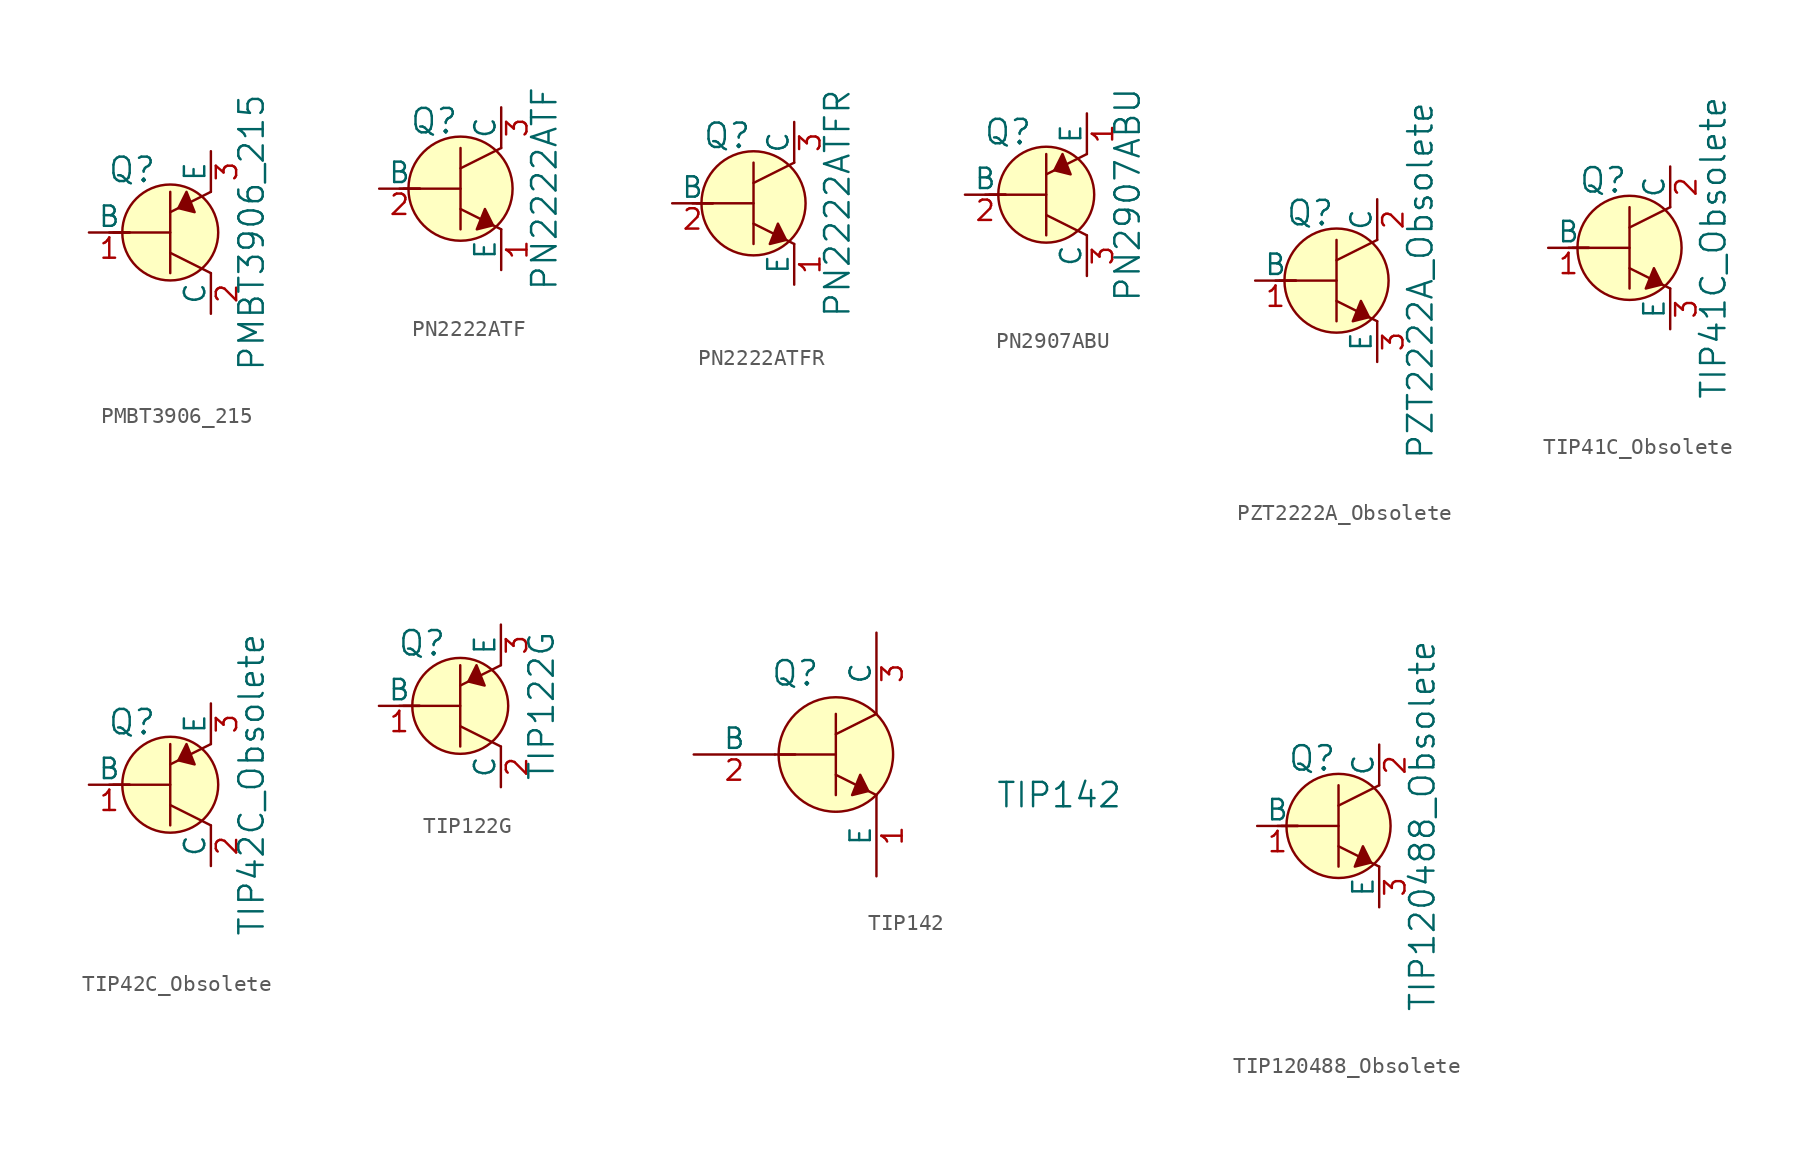
<source format=kicad_sym>
(kicad_symbol_lib
  (version 20220914)
  (generator kicad_symbol_editor)
  (symbol "PMBT3906_215"
    (pin_names
      (offset 0))
    (property "Reference" "Q"
      (at -2.388 3.912 0)
      (effects (font (size 1.524 1.524))))
    (property "Value" "PMBT3906_215"
      (at 5.08 0 90)
      (effects (font (size 1.524 1.524))))
    (symbol "PMBT3906_215_0_1"
      (polyline (pts (xy -3.81 0) (xy -2.54 0)) (stroke (width 0) (type default)) (fill (type none)))
      (polyline (pts (xy -3.556 0) (xy 0 0)) (stroke (width 0) (type default)) (fill (type none)))
      (polyline (pts (xy 0 -1.27) (xy 2.54 -2.54)) (stroke (width 0) (type default)) (fill (type none)))
      (polyline (pts (xy 0 1.27) (xy 2.54 2.54)) (stroke (width 0) (type default)) (fill (type none)))
      (polyline (pts (xy 0 2.54) (xy 0 -2.54)) (stroke (width 0) (type default)) (fill (type none)))
      (polyline (pts (xy 1.016 2.54) (xy 0.508 1.524) (xy 1.524 1.27) (xy 1.016 2.54)) (stroke (width 0) (type default)) (fill (type outline)))
      (circle (center 0 0) (radius 2.997) (stroke (width 0) (type default)) (fill (type background))))
    (symbol "PMBT3906_215_1_1"
      (pin input line (at -5.08 0 0) (length 2.54) (name "B" (effects (font (size 1.27 1.27)))) (number "1" (effects (font (size 1.27 1.27)))))
      (pin passive line (at 2.54 -5.08 90) (length 2.54) (name "C" (effects (font (size 1.27 1.27)))) (number "2" (effects (font (size 1.27 1.27)))))
      (pin passive line (at 2.54 5.08 270) (length 2.54) (name "E" (effects (font (size 1.27 1.27)))) (number "3" (effects (font (size 1.27 1.27)))))))
  (symbol "PN2222ATF"
    (pin_names
      (offset 0))
    (property "Reference" "Q"
      (at -3.2 4.216 0)
      (effects (font (size 1.524 1.524)) (justify left)))
    (property "Value" "PN2222ATF"
      (at 5.232 0 90)
      (effects (font (size 1.524 1.524))))
    (symbol "PN2222ATF_0_1"
      (polyline (pts (xy -3.81 0) (xy -2.54 0)) (stroke (width 0) (type default)) (fill (type none)))
      (polyline (pts (xy -3.556 0) (xy 0 0)) (stroke (width 0) (type default)) (fill (type none)))
      (polyline (pts (xy 0 -1.27) (xy 2.54 -2.54)) (stroke (width 0) (type default)) (fill (type none)))
      (polyline (pts (xy 0 1.27) (xy 2.54 2.54)) (stroke (width 0) (type default)) (fill (type none)))
      (polyline (pts (xy 0 2.54) (xy 0 -2.54)) (stroke (width 0) (type default)) (fill (type none)))
      (polyline (pts (xy 1.524 -1.27) (xy 2.032 -2.286) (xy 1.016 -2.54) (xy 1.524 -1.27)) (stroke (width 0) (type default)) (fill (type outline)))
      (circle (center 0 0) (radius 3.251) (stroke (width 0) (type default)) (fill (type background))))
    (symbol "PN2222ATF_1_1"
      (pin passive line (at 2.54 -5.08 90) (length 2.54) (name "E" (effects (font (size 1.27 1.27)))) (number "1" (effects (font (size 1.27 1.27)))))
      (pin input line (at -5.08 0 0) (length 2.54) (name "B" (effects (font (size 1.27 1.27)))) (number "2" (effects (font (size 1.27 1.27)))))
      (pin passive line (at 2.54 5.08 270) (length 2.54) (name "C" (effects (font (size 1.27 1.27)))) (number "3" (effects (font (size 1.27 1.27)))))))
  (symbol "PN2222ATFR"
    (pin_names
      (offset 0))
    (property "Reference" "Q"
      (at -3.2 4.216 0)
      (effects (font (size 1.524 1.524)) (justify left)))
    (property "Value" "PN2222ATFR"
      (at 5.232 0 90)
      (effects (font (size 1.524 1.524))))
    (symbol "PN2222ATFR_0_1"
      (polyline (pts (xy -3.81 0) (xy -2.54 0)) (stroke (width 0) (type default)) (fill (type none)))
      (polyline (pts (xy -3.556 0) (xy 0 0)) (stroke (width 0) (type default)) (fill (type none)))
      (polyline (pts (xy 0 -1.27) (xy 2.54 -2.54)) (stroke (width 0) (type default)) (fill (type none)))
      (polyline (pts (xy 0 1.27) (xy 2.54 2.54)) (stroke (width 0) (type default)) (fill (type none)))
      (polyline (pts (xy 0 2.54) (xy 0 -2.54)) (stroke (width 0) (type default)) (fill (type none)))
      (polyline (pts (xy 1.524 -1.27) (xy 2.032 -2.286) (xy 1.016 -2.54) (xy 1.524 -1.27)) (stroke (width 0) (type default)) (fill (type outline)))
      (circle (center 0 0) (radius 3.251) (stroke (width 0) (type default)) (fill (type background))))
    (symbol "PN2222ATFR_1_1"
      (pin passive line (at 2.54 -5.08 90) (length 2.54) (name "E" (effects (font (size 1.27 1.27)))) (number "1" (effects (font (size 1.27 1.27)))))
      (pin input line (at -5.08 0 0) (length 2.54) (name "B" (effects (font (size 1.27 1.27)))) (number "2" (effects (font (size 1.27 1.27)))))
      (pin passive line (at 2.54 5.08 270) (length 2.54) (name "C" (effects (font (size 1.27 1.27)))) (number "3" (effects (font (size 1.27 1.27)))))))
  (symbol "PN2907ABU"
    (pin_names
      (offset 0))
    (property "Reference" "Q"
      (at -2.388 3.912 0)
      (effects (font (size 1.524 1.524))))
    (property "Value" "PN2907ABU"
      (at 5.08 0 90)
      (effects (font (size 1.524 1.524))))
    (symbol "PN2907ABU_0_1"
      (polyline (pts (xy -3.81 0) (xy -2.54 0)) (stroke (width 0) (type default)) (fill (type none)))
      (polyline (pts (xy -3.556 0) (xy 0 0)) (stroke (width 0) (type default)) (fill (type none)))
      (polyline (pts (xy 0 -1.27) (xy 2.54 -2.54)) (stroke (width 0) (type default)) (fill (type none)))
      (polyline (pts (xy 0 1.27) (xy 2.54 2.54)) (stroke (width 0) (type default)) (fill (type none)))
      (polyline (pts (xy 0 2.54) (xy 0 -2.54)) (stroke (width 0) (type default)) (fill (type none)))
      (polyline (pts (xy 1.016 2.54) (xy 0.508 1.524) (xy 1.524 1.27) (xy 1.016 2.54)) (stroke (width 0) (type default)) (fill (type outline)))
      (circle (center 0 0) (radius 2.997) (stroke (width 0) (type default)) (fill (type background))))
    (symbol "PN2907ABU_1_1"
      (pin passive line (at 2.54 5.08 270) (length 2.54) (name "E" (effects (font (size 1.27 1.27)))) (number "1" (effects (font (size 1.27 1.27)))))
      (pin input line (at -5.08 0 0) (length 2.54) (name "B" (effects (font (size 1.27 1.27)))) (number "2" (effects (font (size 1.27 1.27)))))
      (pin passive line (at 2.54 -5.08 90) (length 2.54) (name "C" (effects (font (size 1.27 1.27)))) (number "3" (effects (font (size 1.27 1.27)))))))
  (symbol "PZT2222A_Obsolete"
    (pin_names
      (offset 0))
    (property "Reference" "Q"
      (at -3.2 4.216 0)
      (effects (font (size 1.524 1.524)) (justify left)))
    (property "Value" "PZT2222A_Obsolete"
      (at 5.232 0 90)
      (effects (font (size 1.524 1.524))))
    (symbol "PZT2222A_Obsolete_0_1"
      (polyline (pts (xy -3.81 0) (xy -2.54 0)) (stroke (width 0) (type default)) (fill (type none)))
      (polyline (pts (xy -3.556 0) (xy 0 0)) (stroke (width 0) (type default)) (fill (type none)))
      (polyline (pts (xy 0 -1.27) (xy 2.54 -2.54)) (stroke (width 0) (type default)) (fill (type none)))
      (polyline (pts (xy 0 1.27) (xy 2.54 2.54)) (stroke (width 0) (type default)) (fill (type none)))
      (polyline (pts (xy 0 2.54) (xy 0 -2.54)) (stroke (width 0) (type default)) (fill (type none)))
      (polyline (pts (xy 1.524 -1.27) (xy 2.032 -2.286) (xy 1.016 -2.54) (xy 1.524 -1.27)) (stroke (width 0) (type default)) (fill (type outline)))
      (circle (center 0 0) (radius 3.251) (stroke (width 0) (type default)) (fill (type background))))
    (symbol "PZT2222A_Obsolete_1_1"
      (pin input line (at -5.08 0 0) (length 2.54) (name "B" (effects (font (size 1.27 1.27)))) (number "1" (effects (font (size 1.27 1.27)))))
      (pin passive line (at 2.54 5.08 270) (length 2.54) (name "C" (effects (font (size 1.27 1.27)))) (number "2" (effects (font (size 1.27 1.27)))))
      (pin passive line (at 2.54 -5.08 90) (length 2.54) (name "E" (effects (font (size 1.27 1.27)))) (number "3" (effects (font (size 1.27 1.27)))))))
  (symbol "TIP41C_Obsolete"
    (pin_names
      (offset 0))
    (property "Reference" "Q"
      (at -3.2 4.216 0)
      (effects (font (size 1.524 1.524)) (justify left)))
    (property "Value" "TIP41C_Obsolete"
      (at 5.232 0 90)
      (effects (font (size 1.524 1.524))))
    (symbol "TIP41C_Obsolete_0_1"
      (polyline (pts (xy -3.81 0) (xy -2.54 0)) (stroke (width 0) (type default)) (fill (type none)))
      (polyline (pts (xy -3.556 0) (xy 0 0)) (stroke (width 0) (type default)) (fill (type none)))
      (polyline (pts (xy 0 -1.27) (xy 2.54 -2.54)) (stroke (width 0) (type default)) (fill (type none)))
      (polyline (pts (xy 0 1.27) (xy 2.54 2.54)) (stroke (width 0) (type default)) (fill (type none)))
      (polyline (pts (xy 0 2.54) (xy 0 -2.54)) (stroke (width 0) (type default)) (fill (type none)))
      (polyline (pts (xy 1.524 -1.27) (xy 2.032 -2.286) (xy 1.016 -2.54) (xy 1.524 -1.27)) (stroke (width 0) (type default)) (fill (type outline)))
      (circle (center 0 0) (radius 3.251) (stroke (width 0) (type default)) (fill (type background))))
    (symbol "TIP41C_Obsolete_1_1"
      (pin input line (at -5.08 0 0) (length 2.54) (name "B" (effects (font (size 1.27 1.27)))) (number "1" (effects (font (size 1.27 1.27)))))
      (pin passive line (at 2.54 5.08 270) (length 2.54) (name "C" (effects (font (size 1.27 1.27)))) (number "2" (effects (font (size 1.27 1.27)))))
      (pin passive line (at 2.54 -5.08 90) (length 2.54) (name "E" (effects (font (size 1.27 1.27)))) (number "3" (effects (font (size 1.27 1.27)))))))
  (symbol "TIP42C_Obsolete"
    (pin_names
      (offset 0))
    (property "Reference" "Q"
      (at -2.388 3.912 0)
      (effects (font (size 1.524 1.524))))
    (property "Value" "TIP42C_Obsolete"
      (at 5.08 0 90)
      (effects (font (size 1.524 1.524))))
    (symbol "TIP42C_Obsolete_0_1"
      (polyline (pts (xy -3.81 0) (xy -2.54 0)) (stroke (width 0) (type default)) (fill (type none)))
      (polyline (pts (xy -3.556 0) (xy 0 0)) (stroke (width 0) (type default)) (fill (type none)))
      (polyline (pts (xy 0 -1.27) (xy 2.54 -2.54)) (stroke (width 0) (type default)) (fill (type none)))
      (polyline (pts (xy 0 1.27) (xy 2.54 2.54)) (stroke (width 0) (type default)) (fill (type none)))
      (polyline (pts (xy 0 2.54) (xy 0 -2.54)) (stroke (width 0) (type default)) (fill (type none)))
      (polyline (pts (xy 1.016 2.54) (xy 0.508 1.524) (xy 1.524 1.27) (xy 1.016 2.54)) (stroke (width 0) (type default)) (fill (type outline)))
      (circle (center 0 0) (radius 2.997) (stroke (width 0) (type default)) (fill (type background))))
    (symbol "TIP42C_Obsolete_1_1"
      (pin input line (at -5.08 0 0) (length 2.54) (name "B" (effects (font (size 1.27 1.27)))) (number "1" (effects (font (size 1.27 1.27)))))
      (pin passive line (at 2.54 -5.08 90) (length 2.54) (name "C" (effects (font (size 1.27 1.27)))) (number "2" (effects (font (size 1.27 1.27)))))
      (pin passive line (at 2.54 5.08 270) (length 2.54) (name "E" (effects (font (size 1.27 1.27)))) (number "3" (effects (font (size 1.27 1.27)))))))
  (symbol "TIP122G"
    (pin_names
      (offset 0))
    (property "Reference" "Q"
      (at -2.388 3.912 0)
      (effects (font (size 1.524 1.524))))
    (property "Value" "TIP122G"
      (at 5.08 0 90)
      (effects (font (size 1.524 1.524))))
    (symbol "TIP122G_0_1"
      (polyline (pts (xy -3.81 0) (xy -2.54 0)) (stroke (width 0) (type default)) (fill (type none)))
      (polyline (pts (xy -3.556 0) (xy 0 0)) (stroke (width 0) (type default)) (fill (type none)))
      (polyline (pts (xy 0 -1.27) (xy 2.54 -2.54)) (stroke (width 0) (type default)) (fill (type none)))
      (polyline (pts (xy 0 1.27) (xy 2.54 2.54)) (stroke (width 0) (type default)) (fill (type none)))
      (polyline (pts (xy 0 2.54) (xy 0 -2.54)) (stroke (width 0) (type default)) (fill (type none)))
      (polyline (pts (xy 1.016 2.54) (xy 0.508 1.524) (xy 1.524 1.27) (xy 1.016 2.54)) (stroke (width 0) (type default)) (fill (type outline)))
      (circle (center 0 0) (radius 2.997) (stroke (width 0) (type default)) (fill (type background))))
    (symbol "TIP122G_1_1"
      (pin input line (at -5.08 0 0) (length 2.54) (name "B" (effects (font (size 1.27 1.27)))) (number "1" (effects (font (size 1.27 1.27)))))
      (pin passive line (at 2.54 -5.08 90) (length 2.54) (name "C" (effects (font (size 1.27 1.27)))) (number "2" (effects (font (size 1.27 1.27)))))
      (pin passive line (at 2.54 5.08 270) (length 2.54) (name "E" (effects (font (size 1.27 1.27)))) (number "3" (effects (font (size 1.27 1.27)))))))
  (symbol "TIP142"
    (pin_names
      (offset 0))
    (property "Reference" "Q"
      (at -2.54 5.08 0)
      (effects (font (size 1.524 1.524))))
    (property "Value" "TIP142"
      (at 13.97 -2.54 0)
      (effects (font (size 1.524 1.524))))
    (symbol "TIP142_0_1"
      (polyline (pts (xy -3.81 0) (xy -2.54 0)) (stroke (width 0) (type default)) (fill (type none)))
      (polyline (pts (xy -3.556 0) (xy 0 0)) (stroke (width 0) (type default)) (fill (type none)))
      (polyline (pts (xy 0 -1.27) (xy 2.54 -2.54)) (stroke (width 0) (type default)) (fill (type none)))
      (polyline (pts (xy 0 1.27) (xy 2.54 2.54)) (stroke (width 0) (type default)) (fill (type none)))
      (polyline (pts (xy 0 2.54) (xy 0 -2.54)) (stroke (width 0) (type default)) (fill (type none)))
      (polyline (pts (xy 1.524 -1.27) (xy 2.032 -2.286) (xy 1.016 -2.54) (xy 1.524 -1.27)) (stroke (width 0) (type default)) (fill (type outline)))
      (circle (center 0 0) (radius 3.581) (stroke (width 0) (type default)) (fill (type background))))
    (symbol "TIP142_1_1"
      (pin input line (at 2.54 -7.62 90) (length 5.08) (name "E" (effects (font (size 1.27 1.27)))) (number "1" (effects (font (size 1.27 1.27)))))
      (pin input line (at -8.89 0 0) (length 5.08) (name "B" (effects (font (size 1.27 1.27)))) (number "2" (effects (font (size 1.27 1.27)))))
      (pin input line (at 2.54 7.62 270) (length 5.08) (name "C" (effects (font (size 1.27 1.27)))) (number "3" (effects (font (size 1.27 1.27)))))))
  (symbol "TIP120488_Obsolete"
    (pin_names
      (offset 0))
    (property "Reference" "Q"
      (at -3.2 4.216 0)
      (effects (font (size 1.524 1.524)) (justify left)))
    (property "Value" "TIP120488_Obsolete"
      (at 5.232 0 90)
      (effects (font (size 1.524 1.524))))
    (symbol "TIP120488_Obsolete_0_1"
      (polyline (pts (xy -3.81 0) (xy -2.54 0)) (stroke (width 0) (type default)) (fill (type none)))
      (polyline (pts (xy -3.556 0) (xy 0 0)) (stroke (width 0) (type default)) (fill (type none)))
      (polyline (pts (xy 0 -1.27) (xy 2.54 -2.54)) (stroke (width 0) (type default)) (fill (type none)))
      (polyline (pts (xy 0 1.27) (xy 2.54 2.54)) (stroke (width 0) (type default)) (fill (type none)))
      (polyline (pts (xy 0 2.54) (xy 0 -2.54)) (stroke (width 0) (type default)) (fill (type none)))
      (polyline (pts (xy 1.524 -1.27) (xy 2.032 -2.286) (xy 1.016 -2.54) (xy 1.524 -1.27)) (stroke (width 0) (type default)) (fill (type outline)))
      (circle (center 0 0) (radius 3.251) (stroke (width 0) (type default)) (fill (type background))))
    (symbol "TIP120488_Obsolete_1_1"
      (pin input line (at -5.08 0 0) (length 2.54) (name "B" (effects (font (size 1.27 1.27)))) (number "1" (effects (font (size 1.27 1.27)))))
      (pin passive line (at 2.54 5.08 270) (length 2.54) (name "C" (effects (font (size 1.27 1.27)))) (number "2" (effects (font (size 1.27 1.27)))))
      (pin passive line (at 2.54 -5.08 90) (length 2.54) (name "E" (effects (font (size 1.27 1.27)))) (number "3" (effects (font (size 1.27 1.27))))))))
</source>
